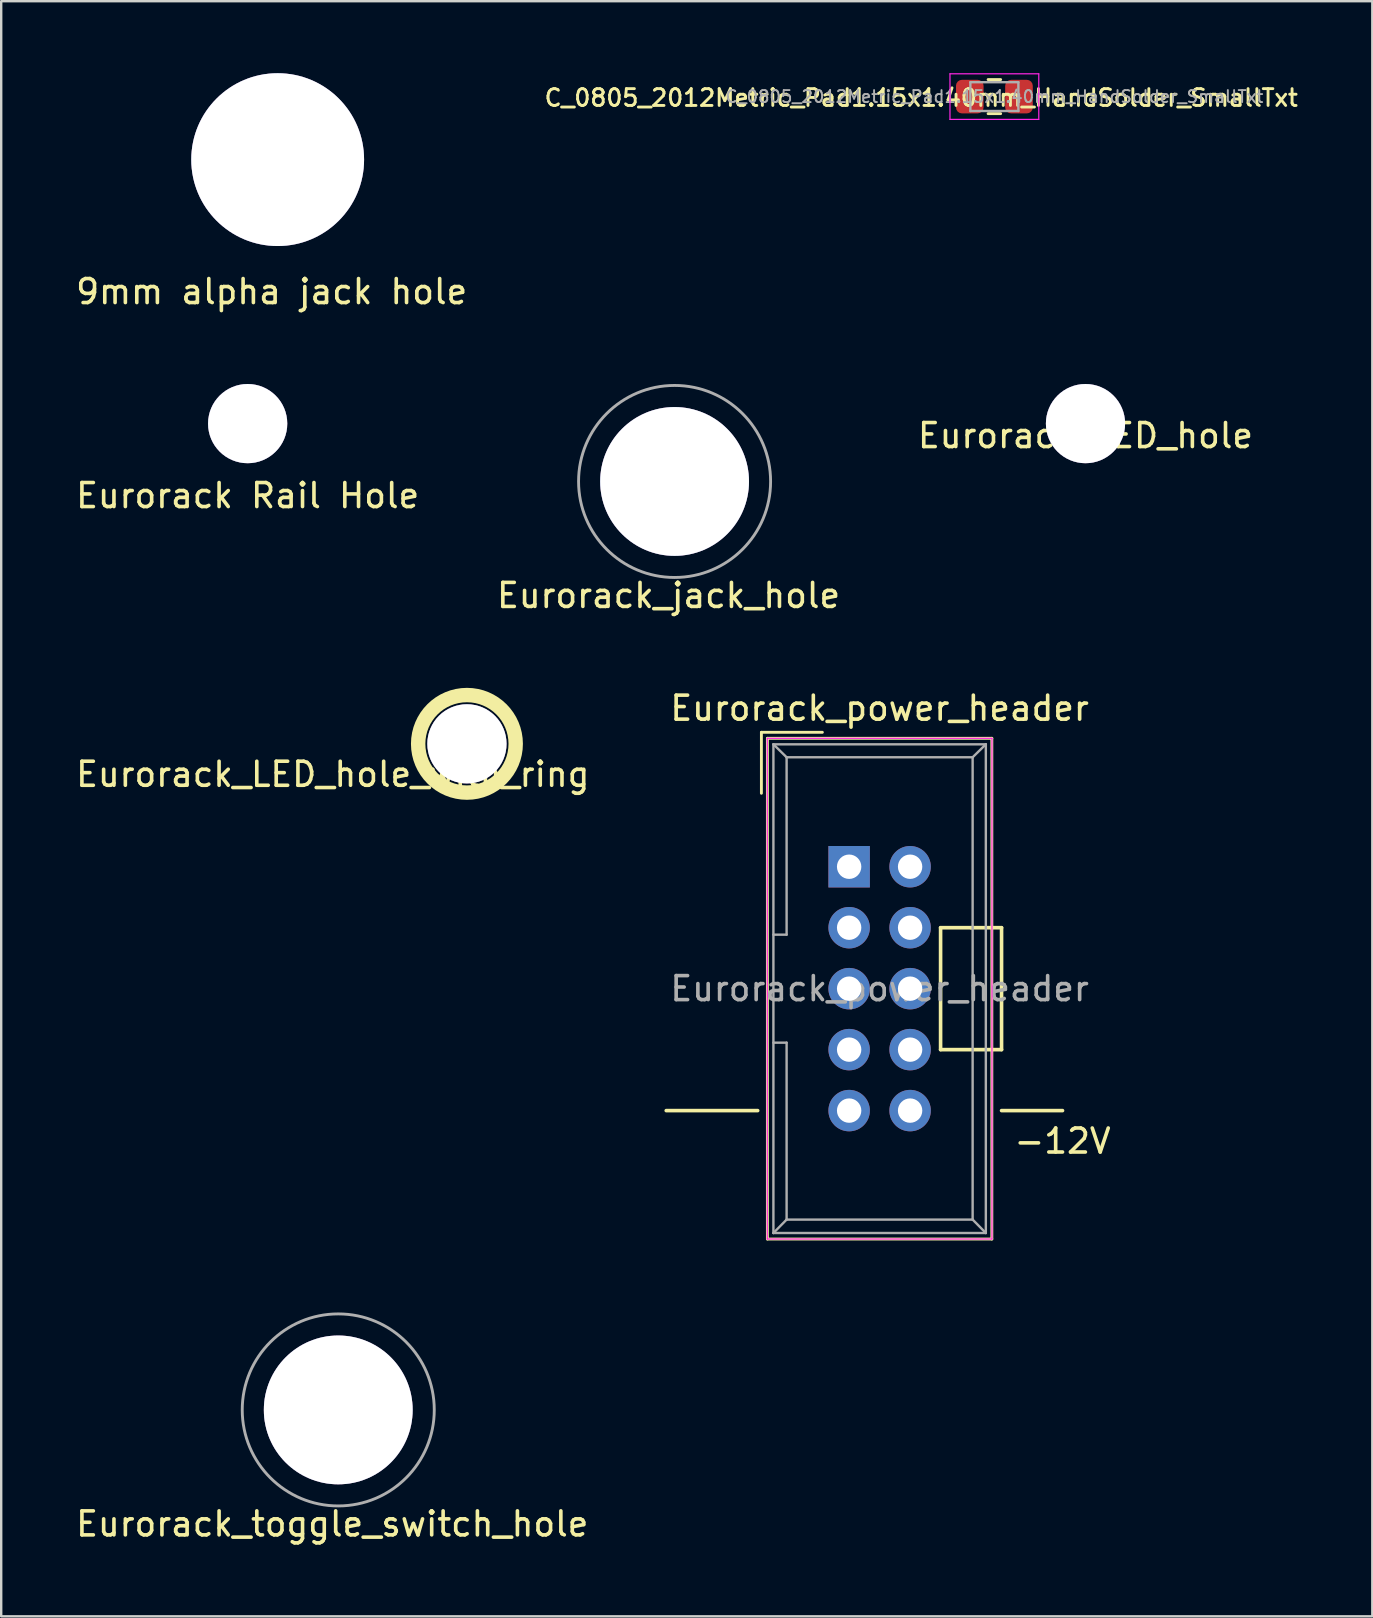
<source format=kicad_pcb>
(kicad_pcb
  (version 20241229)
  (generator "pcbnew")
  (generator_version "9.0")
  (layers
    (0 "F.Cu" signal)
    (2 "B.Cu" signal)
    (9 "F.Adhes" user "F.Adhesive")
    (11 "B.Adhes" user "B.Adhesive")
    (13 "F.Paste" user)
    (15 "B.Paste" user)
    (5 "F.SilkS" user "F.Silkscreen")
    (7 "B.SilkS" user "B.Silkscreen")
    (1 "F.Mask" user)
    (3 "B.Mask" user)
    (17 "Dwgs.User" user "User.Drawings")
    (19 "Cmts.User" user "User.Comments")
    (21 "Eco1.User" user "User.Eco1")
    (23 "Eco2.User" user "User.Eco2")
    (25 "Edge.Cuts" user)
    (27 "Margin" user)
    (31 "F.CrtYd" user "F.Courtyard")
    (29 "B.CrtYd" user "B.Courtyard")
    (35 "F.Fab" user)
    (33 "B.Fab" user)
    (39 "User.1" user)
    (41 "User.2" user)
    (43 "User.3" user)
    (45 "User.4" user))
  (footprint "9mm alpha jack hole"
    (layer "F.Cu")
    (at 8.518 3.6)
    (property "Reference" "9mm alpha jack hole" (at -0.25 5.5 0) (layer "F.SilkS") (effects (font (size 1 1) (thickness 0.15))))
    (attr through_hole)
    (pad "1" thru_hole circle (at 0 0) (size 7.2 7.2) (drill 7.2) (layers "*.Cu" "*.Mask")))
  (footprint "Eurorack_power_header"
    (layer "F.Cu")
    (at 32.326 33.059)
    (property "Reference" "Eurorack_power_header" (at 1.27 -6.604 0) (layer "F.SilkS") (effects (font (size 1 1) (thickness 0.15))))
    (attr through_hole)
    (fp_line (start -3.81 10.16) (end -7.62 10.16) (stroke (width 0.15) (type solid)) (layer "F.SilkS"))
    (fp_line (start -3.655 -5.6) (end -3.655 -3.06) (stroke (width 0.12) (type solid)) (layer "F.SilkS"))
    (fp_line (start -3.655 -5.6) (end -1.115 -5.6) (stroke (width 0.12) (type solid)) (layer "F.SilkS"))
    (fp_line (start -3.405 -5.35) (end 5.945 -5.35) (stroke (width 0.12) (type solid)) (layer "F.SilkS"))
    (fp_line (start -3.405 15.51) (end -3.405 -5.35) (stroke (width 0.12) (type solid)) (layer "F.SilkS"))
    (fp_line (start 3.81 2.54) (end 3.81 7.62) (stroke (width 0.15) (type solid)) (layer "F.SilkS"))
    (fp_line (start 3.81 7.62) (end 6.35 7.62) (stroke (width 0.15) (type solid)) (layer "F.SilkS"))
    (fp_line (start 5.08 2.54) (end 3.81 2.54) (stroke (width 0.15) (type solid)) (layer "F.SilkS"))
    (fp_line (start 5.945 -5.35) (end 5.945 15.51) (stroke (width 0.12) (type solid)) (layer "F.SilkS"))
    (fp_line (start 5.945 15.51) (end -3.405 15.51) (stroke (width 0.12) (type solid)) (layer "F.SilkS"))
    (fp_line (start 6.35 2.54) (end 5.08 2.54) (stroke (width 0.15) (type solid)) (layer "F.SilkS"))
    (fp_line (start 6.35 7.62) (end 6.35 2.54) (stroke (width 0.15) (type solid)) (layer "F.SilkS"))
    (fp_line (start 6.35 10.16) (end 8.89 10.16) (stroke (width 0.15) (type solid)) (layer "F.SilkS"))
    (fp_line (start -3.41 -5.35) (end 5.95 -5.35) (stroke (width 0.05) (type solid)) (layer "F.CrtYd"))
    (fp_line (start -3.41 15.51) (end -3.41 -5.35) (stroke (width 0.05) (type solid)) (layer "F.CrtYd"))
    (fp_line (start 5.95 -5.35) (end 5.95 15.51) (stroke (width 0.05) (type solid)) (layer "F.CrtYd"))
    (fp_line (start 5.95 15.51) (end -3.41 15.51) (stroke (width 0.05) (type solid)) (layer "F.CrtYd"))
    (fp_line (start -3.155 -5.1) (end -3.155 15.26) (stroke (width 0.1) (type solid)) (layer "F.Fab"))
    (fp_line (start -3.155 -5.1) (end -2.605 -4.56) (stroke (width 0.1) (type solid)) (layer "F.Fab"))
    (fp_line (start -3.155 15.26) (end -2.605 14.7) (stroke (width 0.1) (type solid)) (layer "F.Fab"))
    (fp_line (start -2.605 -4.56) (end -2.605 2.83) (stroke (width 0.1) (type solid)) (layer "F.Fab"))
    (fp_line (start -2.605 2.83) (end -3.155 2.83) (stroke (width 0.1) (type solid)) (layer "F.Fab"))
    (fp_line (start -2.605 7.33) (end -3.155 7.33) (stroke (width 0.1) (type solid)) (layer "F.Fab"))
    (fp_line (start -2.605 7.33) (end -2.605 14.7) (stroke (width 0.1) (type solid)) (layer "F.Fab"))
    (fp_line (start 5.145 -4.56) (end -2.605 -4.56) (stroke (width 0.1) (type solid)) (layer "F.Fab"))
    (fp_line (start 5.145 -4.56) (end 5.145 14.7) (stroke (width 0.1) (type solid)) (layer "F.Fab"))
    (fp_line (start 5.145 14.7) (end -2.605 14.7) (stroke (width 0.1) (type solid)) (layer "F.Fab"))
    (fp_line (start 5.695 -5.1) (end -3.155 -5.1) (stroke (width 0.1) (type solid)) (layer "F.Fab"))
    (fp_line (start 5.695 -5.1) (end 5.145 -4.56) (stroke (width 0.1) (type solid)) (layer "F.Fab"))
    (fp_line (start 5.695 -5.1) (end 5.695 15.26) (stroke (width 0.1) (type solid)) (layer "F.Fab"))
    (fp_line (start 5.695 15.26) (end -3.155 15.26) (stroke (width 0.1) (type solid)) (layer "F.Fab"))
    (fp_line (start 5.695 15.26) (end 5.145 14.7) (stroke (width 0.1) (type solid)) (layer "F.Fab"))
    (fp_text user "-12V" (at 8.89 11.43 0) (layer "F.SilkS") (effects (font (size 1 1) (thickness 0.15))))
    (fp_text user "${REFERENCE}" (at 1.27 5.08 0) (layer "F.Fab") (effects (font (size 1 1) (thickness 0.15))))
    (pad "1" thru_hole rect (at 0 0) (size 1.727 1.727) (drill 1.016) (layers "*.Cu" "*.Mask"))
    (pad "2" thru_hole oval (at 2.54 0) (size 1.727 1.727) (drill 1.016) (layers "*.Cu" "*.Mask"))
    (pad "3" thru_hole oval (at 0 2.54) (size 1.727 1.727) (drill 1.016) (layers "*.Cu" "*.Mask"))
    (pad "4" thru_hole oval (at 2.54 2.54) (size 1.727 1.727) (drill 1.016) (layers "*.Cu" "*.Mask"))
    (pad "5" thru_hole oval (at 0 5.08) (size 1.727 1.727) (drill 1.016) (layers "*.Cu" "*.Mask"))
    (pad "6" thru_hole oval (at 2.54 5.08) (size 1.727 1.727) (drill 1.016) (layers "*.Cu" "*.Mask"))
    (pad "7" thru_hole oval (at 0 7.62) (size 1.727 1.727) (drill 1.016) (layers "*.Cu" "*.Mask"))
    (pad "8" thru_hole oval (at 2.54 7.62) (size 1.727 1.727) (drill 1.016) (layers "*.Cu" "*.Mask"))
    (pad "9" thru_hole oval (at 0 10.16) (size 1.727 1.727) (drill 1.016) (layers "*.Cu" "*.Mask"))
    (pad "10" thru_hole oval (at 2.54 10.16) (size 1.727 1.727) (drill 1.016) (layers "*.Cu" "*.Mask")))
  (footprint "Eurorack_LED_hole"
    (layer "F.Cu")
    (at 42.173 14.598)
    (property "Reference" "Eurorack_LED_hole" (at 0 0.5 0) (layer "F.SilkS") (effects (font (size 1 1) (thickness 0.15))))
    (attr through_hole)
    (pad "1" thru_hole circle (at 0 0) (size 3.3 3.3) (drill 3.3) (layers "*.Cu" "*.Mask")))
  (footprint "Eurorack_jack_hole"
    (layer "F.Cu")
    (at 25.054 17.008)
    (property "Reference" "Eurorack_jack_hole" (at -0.25 4.75 0) (layer "F.SilkS") (effects (font (size 1 1) (thickness 0.15))))
    (attr through_hole)
    (fp_circle (center 0 0) (end 4 0) (stroke (width 0.12) (type solid)) (fill no) (layer "F.Fab"))
    (pad "1" thru_hole circle (at 0 0) (size 6.2 6.2) (drill 6.2) (layers "*.Cu" "*.Mask")))
  (footprint "Eurorack_LED_hole_with_ring"
    (layer "F.Cu")
    (at 16.403 27.939)
    (property "Reference" "Eurorack_LED_hole_with_ring" (at -5.588 1.27 0) (layer "F.SilkS") (effects (font (size 1 1) (thickness 0.15))))
    (attr through_hole)
    (fp_circle (center 0 0) (end 2.032 0) (stroke (width 0.6) (type solid)) (fill no) (layer "F.SilkS"))
    (pad "1" thru_hole circle (at 0 0) (size 3.3 3.3) (drill 3.3) (layers "*.Cu" "*.Mask")))
  (footprint "Eurorack Rail Hole"
    (layer "F.Cu")
    (at 7.268 14.598)
    (property "Reference" "Eurorack Rail Hole" (at 0 3 0) (layer "F.SilkS") (effects (font (size 1 1) (thickness 0.15))))
    (attr through_hole)
    (pad "1" thru_hole circle (at 0 0) (size 3.3 3.3) (drill 3.3) (layers "*.Cu" "*.Mask")))
  (footprint "C_0805_2012Metric_Pad1.15x1.40mm_HandSolder_SmallTxt"
    (layer "F.Cu")
    (at 38.377 0.975)
    (property "Reference" "C_0805_2012Metric_Pad1.15x1.40mm_HandSolder_SmallTxt" (at -3.048 0.05 0) (layer "F.SilkS") (effects (font (size 0.7 0.7) (thickness 0.12))))
    (attr smd)
    (fp_line (start -0.261 -0.71) (end 0.261 -0.71) (stroke (width 0.12) (type solid)) (layer "F.SilkS"))
    (fp_line (start -0.261 0.71) (end 0.261 0.71) (stroke (width 0.12) (type solid)) (layer "F.SilkS"))
    (fp_line (start -1.85 -0.95) (end 1.85 -0.95) (stroke (width 0.05) (type solid)) (layer "F.CrtYd"))
    (fp_line (start -1.85 0.95) (end -1.85 -0.95) (stroke (width 0.05) (type solid)) (layer "F.CrtYd"))
    (fp_line (start 1.85 -0.95) (end 1.85 0.95) (stroke (width 0.05) (type solid)) (layer "F.CrtYd"))
    (fp_line (start 1.85 0.95) (end -1.85 0.95) (stroke (width 0.05) (type solid)) (layer "F.CrtYd"))
    (fp_line (start -1 -0.6) (end 1 -0.6) (stroke (width 0.1) (type solid)) (layer "F.Fab"))
    (fp_line (start -1 0.6) (end -1 -0.6) (stroke (width 0.1) (type solid)) (layer "F.Fab"))
    (fp_line (start 1 -0.6) (end 1 0.6) (stroke (width 0.1) (type solid)) (layer "F.Fab"))
    (fp_line (start 1 0.6) (end -1 0.6) (stroke (width 0.1) (type solid)) (layer "F.Fab"))
    (fp_text user "${REFERENCE}" (at 0 0 0) (layer "F.Fab") (effects (font (size 0.5 0.5) (thickness 0.08))))
    (pad "1" smd roundrect (at -1.025 0) (size 1.15 1.4) (layers "F.Cu" "F.Mask" "F.Paste") (roundrect_rratio 0.217))
    (pad "2" smd roundrect (at 1.025 0) (size 1.15 1.4) (layers "F.Cu" "F.Mask" "F.Paste") (roundrect_rratio 0.217)))
  (footprint "Eurorack_toggle_switch_hole"
    (layer "F.Cu")
    (at 11.042 55.689)
    (property "Reference" "Eurorack_toggle_switch_hole" (at -0.25 4.75 0) (layer "F.SilkS") (effects (font (size 1 1) (thickness 0.15))))
    (attr through_hole)
    (fp_circle (center 0 0) (end 4 0) (stroke (width 0.12) (type solid)) (fill no) (layer "F.Fab"))
    (pad "1" thru_hole circle (at 0 0) (size 6.2 6.2) (drill 6.2) (layers "*.Cu" "*.Mask")))
  (gr_rect
    (start -3 -3)
    (end 54.122 64.287)
    (stroke (width 0.1) (type default))
    (fill no)
    (layer "Edge.Cuts")))
</source>
